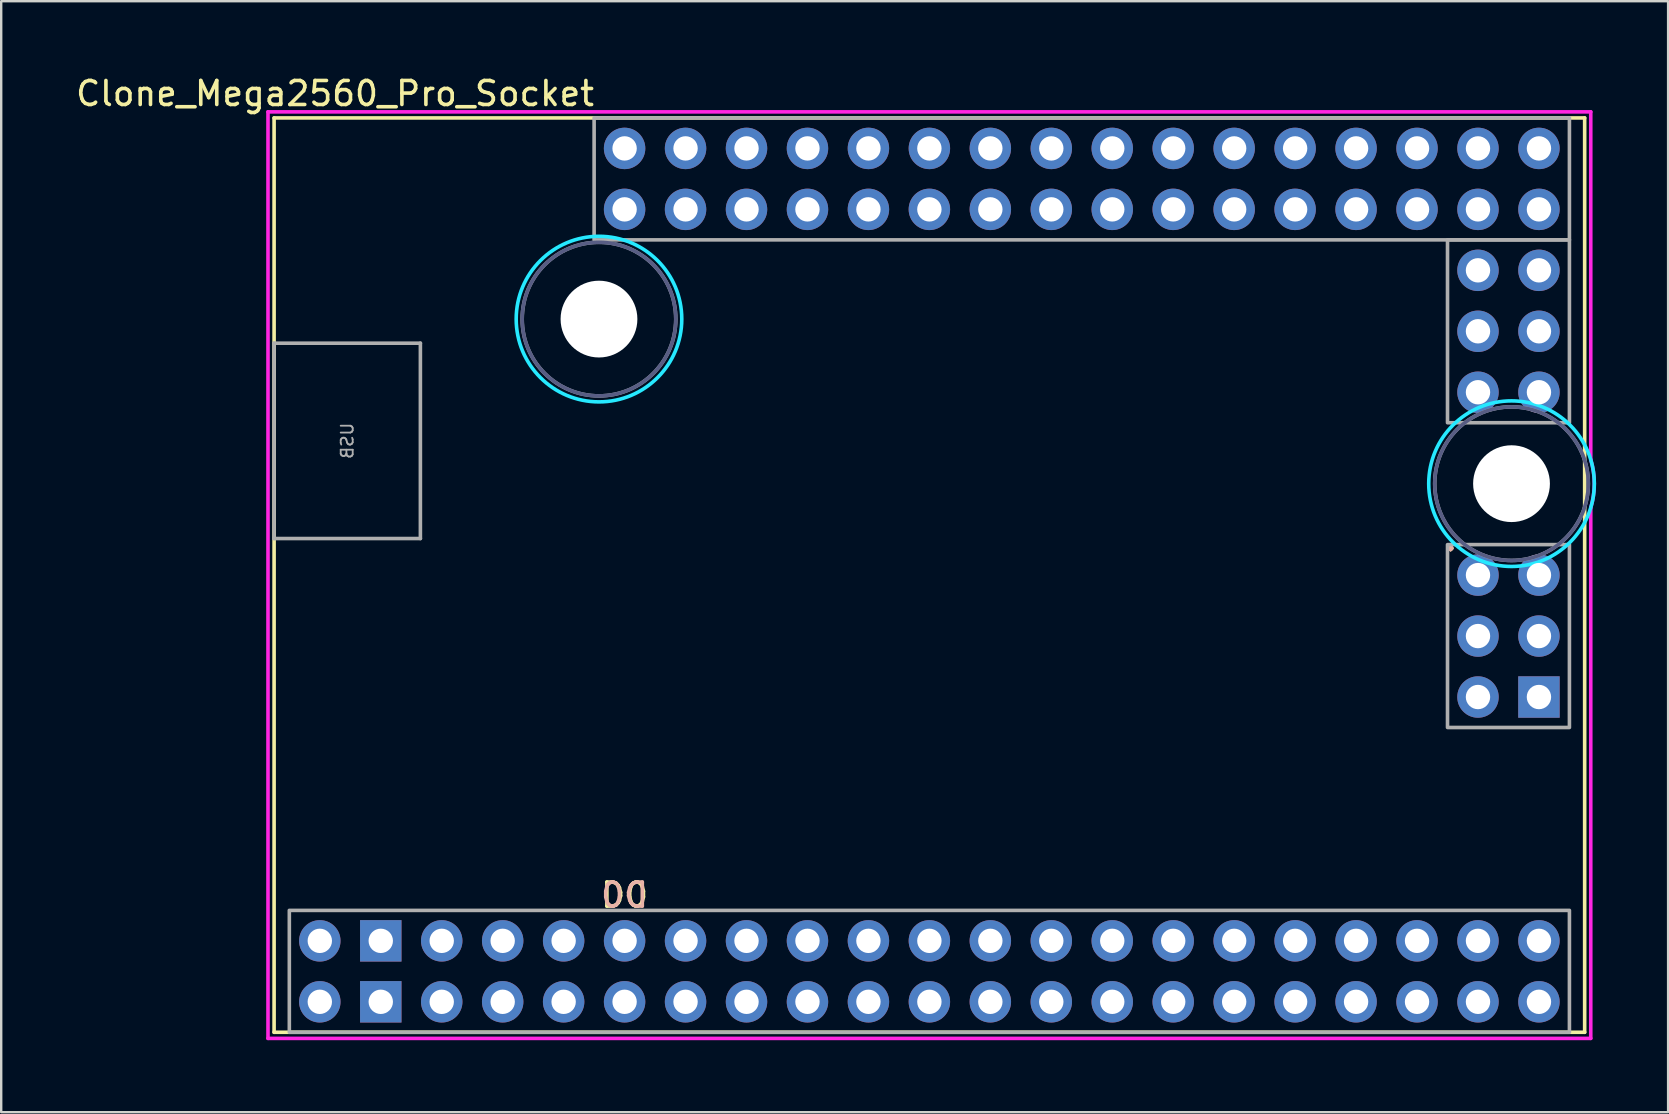
<source format=kicad_pcb>
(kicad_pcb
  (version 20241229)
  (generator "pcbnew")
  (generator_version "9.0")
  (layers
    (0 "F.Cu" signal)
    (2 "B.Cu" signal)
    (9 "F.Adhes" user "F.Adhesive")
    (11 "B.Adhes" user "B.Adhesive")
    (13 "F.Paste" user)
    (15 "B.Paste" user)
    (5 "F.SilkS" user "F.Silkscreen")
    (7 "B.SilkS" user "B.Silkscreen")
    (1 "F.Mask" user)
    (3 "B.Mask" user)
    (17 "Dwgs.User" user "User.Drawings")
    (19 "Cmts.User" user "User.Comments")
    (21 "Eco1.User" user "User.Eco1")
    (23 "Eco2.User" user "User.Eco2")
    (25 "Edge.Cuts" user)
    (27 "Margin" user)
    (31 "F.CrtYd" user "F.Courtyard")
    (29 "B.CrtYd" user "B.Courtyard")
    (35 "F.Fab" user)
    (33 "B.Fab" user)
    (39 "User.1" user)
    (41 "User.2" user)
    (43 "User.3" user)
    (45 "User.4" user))
  (footprint "Clone_Mega2560_Pro_Socket"
    (layer "F.Cu")
    (at 8.371 1.864)
    (property "Reference" "Clone_Mega2560_Pro_Socket" (at 2.54 -1.016 0) (layer "F.SilkS") (effects (font (size 1 1) (thickness 0.15))))
    (attr through_hole)
    (fp_line (start 0 0) (end 0 38.1) (stroke (width 0.15) (type solid)) (layer "F.SilkS"))
    (fp_line (start 0 0) (end 54.61 0) (stroke (width 0.15) (type solid)) (layer "F.SilkS"))
    (fp_line (start 0 38.1) (end 54.61 38.1) (stroke (width 0.15) (type solid)) (layer "F.SilkS"))
    (fp_line (start 54.61 0) (end 54.61 38.1) (stroke (width 0.15) (type solid)) (layer "F.SilkS"))
    (fp_circle (center 13.538 8.382) (end 16.988 8.382) (stroke (width 0.15) (type solid)) (fill no) (layer "B.CrtYd"))
    (fp_circle (center 51.562 15.24) (end 55.012 15.24) (stroke (width 0.15) (type solid)) (fill no) (layer "B.CrtYd"))
    (fp_line (start -0.254 38.354) (end -0.254 -0.254) (stroke (width 0.15) (type solid)) (layer "F.CrtYd"))
    (fp_line (start 54.864 -0.254) (end -0.254 -0.254) (stroke (width 0.15) (type solid)) (layer "F.CrtYd"))
    (fp_line (start 54.864 14.242) (end 54.864 -0.254) (stroke (width 0.15) (type solid)) (layer "F.CrtYd"))
    (fp_line (start 54.864 38.354) (end -0.254 38.354) (stroke (width 0.15) (type solid)) (layer "F.CrtYd"))
    (fp_line (start 54.864 38.354) (end 54.864 16.237) (stroke (width 0.15) (type solid)) (layer "F.CrtYd"))
    (fp_arc (start 54.864 14.242) (mid 55.011743 15.2395) (end 54.864 16.237) (stroke (width 0.15) (type solid)) (layer "F.CrtYd"))
    (fp_circle (center 13.538 8.382) (end 16.738 8.382) (stroke (width 0.15) (type solid)) (fill no) (layer "B.Fab"))
    (fp_circle (center 51.562 15.24) (end 54.762 15.24) (stroke (width 0.15) (type solid)) (fill no) (layer "B.Fab"))
    (fp_line (start 0 9.386) (end 6.096 9.386) (stroke (width 0.15) (type solid)) (layer "F.Fab"))
    (fp_line (start 0 17.526) (end 0 9.386) (stroke (width 0.15) (type solid)) (layer "F.Fab"))
    (fp_line (start 6.096 17.526) (end 0 17.526) (stroke (width 0.15) (type solid)) (layer "F.Fab"))
    (fp_line (start 6.096 17.526) (end 6.096 9.386) (stroke (width 0.15) (type solid)) (layer "F.Fab"))
    (fp_rect (start 0.635 33.02) (end 53.975 38.1) (stroke (width 0.15) (type solid)) (fill no) (layer "F.Fab"))
    (fp_rect (start 13.335 0) (end 53.975 5.08) (stroke (width 0.15) (type solid)) (fill no) (layer "F.Fab"))
    (fp_rect (start 48.895 5.08) (end 53.975 12.7) (stroke (width 0.15) (type solid)) (fill no) (layer "F.Fab"))
    (fp_rect (start 48.895 17.78) (end 53.975 25.4) (stroke (width 0.15) (type solid)) (fill no) (layer "F.Fab"))
    (fp_circle (center 13.538 8.382) (end 16.738 8.382) (stroke (width 0.15) (type solid)) (fill no) (layer "F.Fab"))
    (fp_circle (center 51.562 15.24) (end 54.762 15.24) (stroke (width 0.15) (type solid)) (fill no) (layer "F.Fab"))
    (fp_text user "." (at 49.022 17.526 0) (layer "F.SilkS") (effects (font (size 1 1) (thickness 0.15))))
    (fp_text user "D0" (at 14.605 32.385 0) (unlocked yes) (layer "F.SilkS") (effects (font (size 1 1) (thickness 0.15))))
    (fp_text user "D0" (at 14.605 32.385 0) (unlocked yes) (layer "B.SilkS") (effects (font (size 1 1) (thickness 0.15)) (justify mirror)))
    (fp_text user "." (at 49.022 17.526 0) (layer "B.SilkS") (effects (font (size 1 1) (thickness 0.15))))
    (fp_text user "USB" (at 3.048 13.456 270) (layer "F.Fab") (effects (font (size 0.5 0.5) (thickness 0.075)) (justify mirror)))
    (pad "" np_thru_hole circle (at 13.538 8.382) (size 3.2 3.2) (drill 3.2) (layers "*.Cu" "*.Mask"))
    (pad "" np_thru_hole circle (at 51.562 15.24) (size 3.2 3.2) (drill 3.2) (layers "*.Cu" "*.Mask"))
    (pad "3V31" thru_hole oval (at 9.525 34.29) (size 1.727 1.727) (drill 1.016) (layers "*.Cu" "*.Mask"))
    (pad "3V32" thru_hole oval (at 9.525 36.83) (size 1.727 1.727) (drill 1.016) (layers "*.Cu" "*.Mask"))
    (pad "5V1" thru_hole oval (at 6.985 34.29) (size 1.727 1.727) (drill 1.016) (layers "*.Cu" "*.Mask"))
    (pad "5V2" thru_hole oval (at 52.705 19.05) (size 1.727 1.727) (drill 1.016) (layers "*.Cu" "*.Mask"))
    (pad "5V3" thru_hole oval (at 6.985 36.83) (size 1.727 1.727) (drill 1.016) (layers "*.Cu" "*.Mask"))
    (pad "A0" thru_hole oval (at 14.605 1.27) (size 1.727 1.727) (drill 1.016) (layers "*.Cu" "*.Mask"))
    (pad "A1" thru_hole oval (at 14.605 3.81) (size 1.727 1.727) (drill 1.016) (layers "*.Cu" "*.Mask"))
    (pad "A2" thru_hole oval (at 17.145 1.27) (size 1.727 1.727) (drill 1.016) (layers "*.Cu" "*.Mask"))
    (pad "A3" thru_hole oval (at 17.145 3.81) (size 1.727 1.727) (drill 1.016) (layers "*.Cu" "*.Mask"))
    (pad "A4" thru_hole oval (at 19.685 1.27) (size 1.727 1.727) (drill 1.016) (layers "*.Cu" "*.Mask"))
    (pad "A5" thru_hole oval (at 19.685 3.81) (size 1.727 1.727) (drill 1.016) (layers "*.Cu" "*.Mask"))
    (pad "A6" thru_hole oval (at 22.225 1.27) (size 1.727 1.727) (drill 1.016) (layers "*.Cu" "*.Mask"))
    (pad "A7" thru_hole oval (at 22.225 3.81) (size 1.727 1.727) (drill 1.016) (layers "*.Cu" "*.Mask"))
    (pad "A8" thru_hole oval (at 24.765 1.27) (size 1.727 1.727) (drill 1.016) (layers "*.Cu" "*.Mask"))
    (pad "A9" thru_hole oval (at 24.765 3.81) (size 1.727 1.727) (drill 1.016) (layers "*.Cu" "*.Mask"))
    (pad "A10" thru_hole oval (at 27.305 1.27) (size 1.727 1.727) (drill 1.016) (layers "*.Cu" "*.Mask"))
    (pad "A11" thru_hole oval (at 27.305 3.81) (size 1.727 1.727) (drill 1.016) (layers "*.Cu" "*.Mask"))
    (pad "A12" thru_hole oval (at 29.845 1.27) (size 1.727 1.727) (drill 1.016) (layers "*.Cu" "*.Mask"))
    (pad "A13" thru_hole oval (at 29.845 3.81) (size 1.727 1.727) (drill 1.016) (layers "*.Cu" "*.Mask"))
    (pad "A14" thru_hole oval (at 32.385 1.27) (size 1.727 1.727) (drill 1.016) (layers "*.Cu" "*.Mask"))
    (pad "A15" thru_hole oval (at 32.385 3.81) (size 1.727 1.727) (drill 1.016) (layers "*.Cu" "*.Mask"))
    (pad "AREF" thru_hole oval (at 12.065 34.29) (size 1.727 1.727) (drill 1.016) (layers "*.Cu" "*.Mask"))
    (pad "D0" thru_hole oval (at 14.605 34.29) (size 1.727 1.727) (drill 1.016) (layers "*.Cu" "*.Mask"))
    (pad "D1" thru_hole oval (at 14.605 36.83) (size 1.727 1.727) (drill 1.016) (layers "*.Cu" "*.Mask"))
    (pad "D2" thru_hole oval (at 17.145 34.29) (size 1.727 1.727) (drill 1.016) (layers "*.Cu" "*.Mask"))
    (pad "D3" thru_hole oval (at 17.145 36.83) (size 1.727 1.727) (drill 1.016) (layers "*.Cu" "*.Mask"))
    (pad "D4" thru_hole oval (at 19.685 34.29) (size 1.727 1.727) (drill 1.016) (layers "*.Cu" "*.Mask"))
    (pad "D5" thru_hole oval (at 19.685 36.83) (size 1.727 1.727) (drill 1.016) (layers "*.Cu" "*.Mask"))
    (pad "D6" thru_hole oval (at 22.225 34.29) (size 1.727 1.727) (drill 1.016) (layers "*.Cu" "*.Mask"))
    (pad "D7" thru_hole oval (at 22.225 36.83) (size 1.727 1.727) (drill 1.016) (layers "*.Cu" "*.Mask"))
    (pad "D8" thru_hole oval (at 24.765 34.29) (size 1.727 1.727) (drill 1.016) (layers "*.Cu" "*.Mask"))
    (pad "D9" thru_hole oval (at 24.765 36.83) (size 1.727 1.727) (drill 1.016) (layers "*.Cu" "*.Mask"))
    (pad "D10" thru_hole oval (at 27.305 34.29) (size 1.727 1.727) (drill 1.016) (layers "*.Cu" "*.Mask"))
    (pad "D11" thru_hole oval (at 27.305 36.83) (size 1.727 1.727) (drill 1.016) (layers "*.Cu" "*.Mask"))
    (pad "D12" thru_hole oval (at 29.845 34.29) (size 1.727 1.727) (drill 1.016) (layers "*.Cu" "*.Mask"))
    (pad "D13" thru_hole oval (at 29.845 36.83) (size 1.727 1.727) (drill 1.016) (layers "*.Cu" "*.Mask"))
    (pad "D14" thru_hole oval (at 32.385 34.29) (size 1.727 1.727) (drill 1.016) (layers "*.Cu" "*.Mask"))
    (pad "D15" thru_hole oval (at 32.385 36.83) (size 1.727 1.727) (drill 1.016) (layers "*.Cu" "*.Mask"))
    (pad "D16" thru_hole oval (at 34.925 34.29) (size 1.727 1.727) (drill 1.016) (layers "*.Cu" "*.Mask"))
    (pad "D17" thru_hole oval (at 34.925 36.83) (size 1.727 1.727) (drill 1.016) (layers "*.Cu" "*.Mask"))
    (pad "D18" thru_hole oval (at 37.465 34.29) (size 1.727 1.727) (drill 1.016) (layers "*.Cu" "*.Mask"))
    (pad "D19" thru_hole oval (at 37.465 36.83) (size 1.727 1.727) (drill 1.016) (layers "*.Cu" "*.Mask"))
    (pad "D20" thru_hole oval (at 40.005 34.29) (size 1.727 1.727) (drill 1.016) (layers "*.Cu" "*.Mask"))
    (pad "D21" thru_hole oval (at 40.005 36.83) (size 1.727 1.727) (drill 1.016) (layers "*.Cu" "*.Mask"))
    (pad "D22" thru_hole oval (at 42.545 34.29) (size 1.727 1.727) (drill 1.016) (layers "*.Cu" "*.Mask"))
    (pad "D23" thru_hole oval (at 42.545 36.83) (size 1.727 1.727) (drill 1.016) (layers "*.Cu" "*.Mask"))
    (pad "D24" thru_hole oval (at 45.085 34.29) (size 1.727 1.727) (drill 1.016) (layers "*.Cu" "*.Mask"))
    (pad "D25" thru_hole oval (at 45.085 36.83) (size 1.727 1.727) (drill 1.016) (layers "*.Cu" "*.Mask"))
    (pad "D26" thru_hole oval (at 47.625 34.29) (size 1.727 1.727) (drill 1.016) (layers "*.Cu" "*.Mask"))
    (pad "D27" thru_hole oval (at 47.625 36.83) (size 1.727 1.727) (drill 1.016) (layers "*.Cu" "*.Mask"))
    (pad "D28" thru_hole oval (at 50.165 34.29) (size 1.727 1.727) (drill 1.016) (layers "*.Cu" "*.Mask"))
    (pad "D29" thru_hole oval (at 50.165 36.83) (size 1.727 1.727) (drill 1.016) (layers "*.Cu" "*.Mask"))
    (pad "D30" thru_hole oval (at 52.705 34.29) (size 1.727 1.727) (drill 1.016) (layers "*.Cu" "*.Mask"))
    (pad "D31" thru_hole oval (at 52.705 36.83) (size 1.727 1.727) (drill 1.016) (layers "*.Cu" "*.Mask"))
    (pad "D32" thru_hole oval (at 34.925 1.27) (size 1.727 1.727) (drill 1.016) (layers "*.Cu" "*.Mask"))
    (pad "D33" thru_hole oval (at 34.925 3.81) (size 1.727 1.727) (drill 1.016) (layers "*.Cu" "*.Mask"))
    (pad "D34" thru_hole oval (at 37.465 1.27) (size 1.727 1.727) (drill 1.016) (layers "*.Cu" "*.Mask"))
    (pad "D35" thru_hole oval (at 37.465 3.81) (size 1.727 1.727) (drill 1.016) (layers "*.Cu" "*.Mask"))
    (pad "D36" thru_hole oval (at 40.005 1.27) (size 1.727 1.727) (drill 1.016) (layers "*.Cu" "*.Mask"))
    (pad "D37" thru_hole oval (at 40.005 3.81) (size 1.727 1.727) (drill 1.016) (layers "*.Cu" "*.Mask"))
    (pad "D38" thru_hole oval (at 42.545 1.27) (size 1.727 1.727) (drill 1.016) (layers "*.Cu" "*.Mask"))
    (pad "D39" thru_hole oval (at 42.545 3.81) (size 1.727 1.727) (drill 1.016) (layers "*.Cu" "*.Mask"))
    (pad "D40" thru_hole oval (at 45.085 1.27) (size 1.727 1.727) (drill 1.016) (layers "*.Cu" "*.Mask"))
    (pad "D41" thru_hole oval (at 45.085 3.81) (size 1.727 1.727) (drill 1.016) (layers "*.Cu" "*.Mask"))
    (pad "D42" thru_hole oval (at 47.625 1.27) (size 1.727 1.727) (drill 1.016) (layers "*.Cu" "*.Mask"))
    (pad "D43" thru_hole oval (at 47.625 3.81) (size 1.727 1.727) (drill 1.016) (layers "*.Cu" "*.Mask"))
    (pad "D44" thru_hole oval (at 50.165 1.27) (size 1.727 1.727) (drill 1.016) (layers "*.Cu" "*.Mask"))
    (pad "D45" thru_hole oval (at 50.165 3.81) (size 1.727 1.727) (drill 1.016) (layers "*.Cu" "*.Mask"))
    (pad "D46" thru_hole oval (at 52.705 1.27) (size 1.727 1.727) (drill 1.016) (layers "*.Cu" "*.Mask"))
    (pad "D47" thru_hole oval (at 52.705 3.81) (size 1.727 1.727) (drill 1.016) (layers "*.Cu" "*.Mask"))
    (pad "D48" thru_hole oval (at 52.705 6.35) (size 1.727 1.727) (drill 1.016) (layers "*.Cu" "*.Mask"))
    (pad "D49" thru_hole oval (at 50.165 6.35) (size 1.727 1.727) (drill 1.016) (layers "*.Cu" "*.Mask"))
    (pad "D50" thru_hole oval (at 52.705 8.89) (size 1.727 1.727) (drill 1.016) (layers "*.Cu" "*.Mask"))
    (pad "D51" thru_hole oval (at 50.165 8.89) (size 1.727 1.727) (drill 1.016) (layers "*.Cu" "*.Mask"))
    (pad "D52" thru_hole oval (at 52.705 11.43) (size 1.727 1.727) (drill 1.016) (layers "*.Cu" "*.Mask"))
    (pad "D53" thru_hole oval (at 50.165 11.43) (size 1.727 1.727) (drill 1.016) (layers "*.Cu" "*.Mask"))
    (pad "GND1" thru_hole rect (at 4.445 34.29) (size 1.727 1.727) (drill 1.016) (layers "*.Cu" "*.Mask"))
    (pad "GND2" thru_hole rect (at 4.445 36.83) (size 1.727 1.727) (drill 1.016) (layers "*.Cu" "*.Mask"))
    (pad "GND4" thru_hole rect (at 52.705 24.13) (size 1.727 1.727) (drill 1.016) (layers "*.Cu" "*.Mask"))
    (pad "MISO" thru_hole oval (at 50.165 19.05) (size 1.727 1.727) (drill 1.016) (layers "*.Cu" "*.Mask"))
    (pad "MOSI" thru_hole oval (at 52.705 21.59) (size 1.727 1.727) (drill 1.016) (layers "*.Cu" "*.Mask"))
    (pad "RST1" thru_hole oval (at 12.065 36.83) (size 1.727 1.727) (drill 1.016) (layers "*.Cu" "*.Mask"))
    (pad "RST2" thru_hole oval (at 50.165 24.13) (size 1.727 1.727) (drill 1.016) (layers "*.Cu" "*.Mask"))
    (pad "SCK" thru_hole oval (at 50.165 21.59) (size 1.727 1.727) (drill 1.016) (layers "*.Cu" "*.Mask"))
    (pad "VIN1" thru_hole oval (at 1.905 34.29) (size 1.727 1.727) (drill 1.016) (layers "*.Cu" "*.Mask"))
    (pad "VIN2" thru_hole oval (at 1.905 36.83) (size 1.727 1.727) (drill 1.016) (layers "*.Cu" "*.Mask")))
  (gr_rect
    (start -3 -3)
    (end 66.458 43.293)
    (stroke (width 0.1) (type default))
    (fill no)
    (layer "Edge.Cuts")))
</source>
